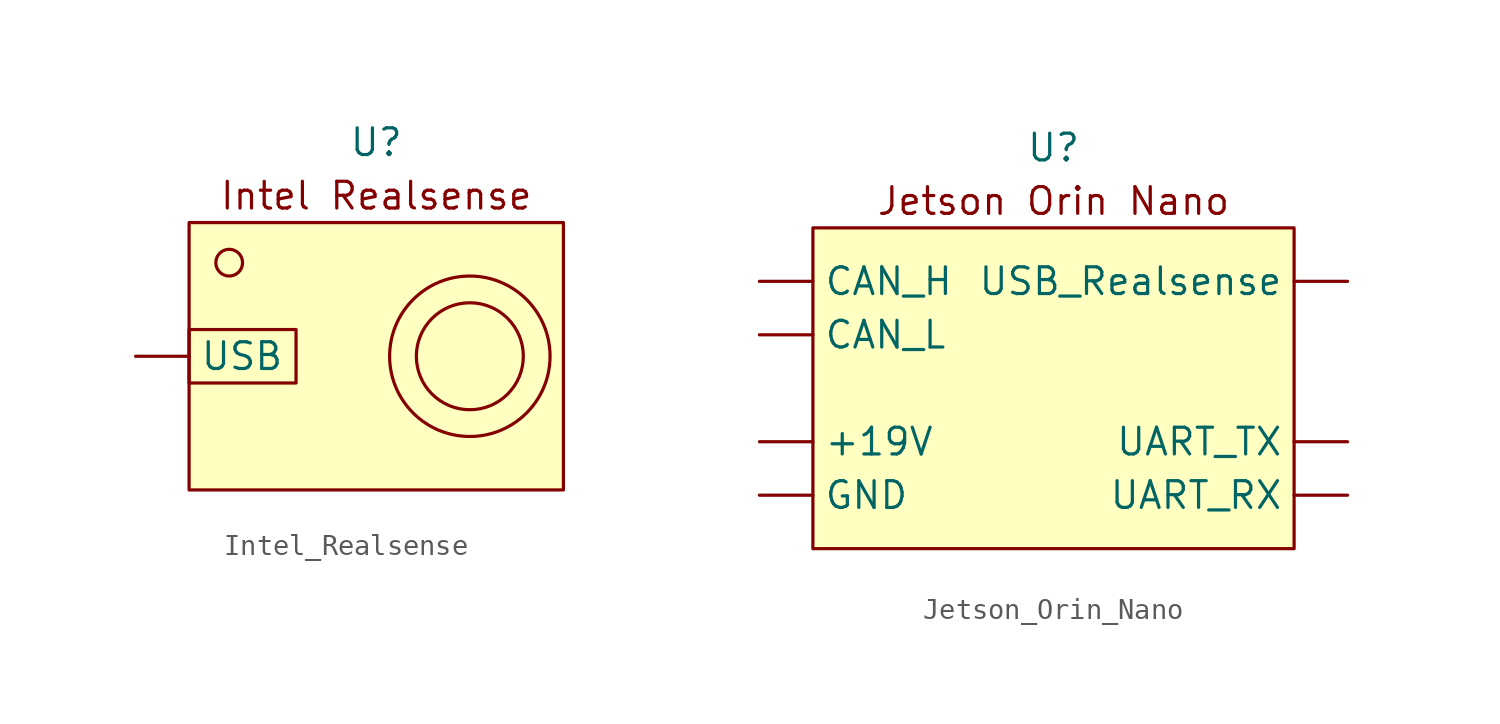
<source format=kicad_sym>
(kicad_symbol_lib
  (version 20231120)
  (generator "kicad_symbol_editor")
  (generator_version "8.0")
  (symbol "Intel_Realsense"
    (property "Reference" "U"
      (at 0 10.16 0)
      (do_not_autoplace)
      (effects (font (size 1.27 1.27))))
    (property "Value" ""
      (at 0 0 0)
      (effects (font (size 1.27 1.27))))
    (symbol "Intel_Realsense_0_1"
      (rectangle (start -8.89 1.27) (end -3.81 -1.27) (stroke (width 0) (type default)) (fill (type none)))
      (circle (center -6.985 4.445) (radius 0.635) (stroke (width 0) (type default)) (fill (type none)))
      (circle (center 4.445 0) (radius 2.54) (stroke (width 0) (type default)) (fill (type none)))
      (circle (center 4.445 0) (radius 3.81) (stroke (width 0) (type default)) (fill (type none))))
    (symbol "Intel_Realsense_1_1"
      (rectangle (start -8.89 6.35) (end 8.89 -6.35) (stroke (width 0) (type default)) (fill (type background)))
      (text "Intel Realsense\n" (at 0 7.62 0) (effects (font (size 1.27 1.27))))
      (pin input line (at -11.43 0 0) (length 2.54) (name "USB" (effects (font (size 1.27 1.27)))) (number "" (effects (font (size 1.27 1.27)))))))
  (symbol "Jetson_Orin_Nano"
    (property "Reference" "U"
      (at 0 11.43 0)
      (effects (font (size 1.27 1.27))))
    (property "Value" ""
      (at 0 -1.27 0)
      (effects (font (size 1.27 1.27))))
    (symbol "Jetson_Orin_Nano_1_0"
      (polyline (pts (xy 2.739 0.205) (xy 2.739 1.411) (xy 2.396 1.411) (xy 2.053 1.411) (xy 2.053 0.205) (xy 2.053 -1.002) (xy 2.396 -1.002) (xy 2.739 -1.002) (xy 2.739 0.205)) (stroke (width -0.0001) (type default)) (fill (type color) (color 118 185 0 1)))
      (polyline (pts (xy 6.441 0.198) (xy 6.434 1.398) (xy 6.098 1.405) (xy 5.761 1.413) (xy 5.761 0.205) (xy 5.761 -1.002) (xy 6.104 -1.002) (xy 6.447 -1.002) (xy 6.441 0.198)) (stroke (width -0.0001) (type default)) (fill (type color) (color 118 185 0 1)))
      (polyline (pts (xy 9.816 -0.964) (xy 9.826 -0.919) (xy 9.826 -0.862) (xy 9.875 -0.925) (xy 9.877 -0.929) (xy 9.916 -0.965) (xy 9.942 -0.969) (xy 9.948 -0.956) (xy 9.932 -0.921) (xy 9.917 -0.898) (xy 9.93 -0.858) (xy 9.937 -0.849) (xy 9.947 -0.8) (xy 9.916 -0.763) (xy 9.851 -0.748) (xy 9.822 -0.749) (xy 9.789 -0.759) (xy 9.776 -0.792) (xy 9.776 -0.818) (xy 9.836 -0.818) (xy 9.846 -0.807) (xy 9.86 -0.803) (xy 9.894 -0.809) (xy 9.894 -0.817) (xy 9.861 -0.822) (xy 9.836 -0.818) (xy 9.776 -0.818) (xy 9.774 -0.862) (xy 9.775 -0.896) (xy 9.784 -0.954) (xy 9.8 -0.977) (xy 9.816 -0.964)) (stroke (width -0.0001) (type default)) (fill (type color) (color 118 185 0 1)))
      (polyline (pts (xy 9.92 -1.058) (xy 9.999 -1.013) (xy 10.057 -0.943) (xy 10.079 -0.857) (xy 10.074 -0.81) (xy 10.035 -0.728) (xy 9.966 -0.671) (xy 9.881 -0.646) (xy 9.791 -0.657) (xy 9.71 -0.709) (xy 9.703 -0.715) (xy 9.653 -0.801) (xy 9.652 -0.822) (xy 9.705 -0.822) (xy 9.75 -0.753) (xy 9.798 -0.714) (xy 9.867 -0.701) (xy 9.946 -0.737) (xy 9.988 -0.787) (xy 10.002 -0.866) (xy 9.977 -0.953) (xy 9.931 -0.992) (xy 9.863 -1.004) (xy 9.792 -0.988) (xy 9.738 -0.945) (xy 9.708 -0.891) (xy 9.705 -0.822) (xy 9.652 -0.822) (xy 9.648 -0.894) (xy 9.684 -0.981) (xy 9.762 -1.05) (xy 9.832 -1.071) (xy 9.92 -1.058)) (stroke (width -0.0001) (type default)) (fill (type color) (color 118 185 0 1)))
      (polyline (pts (xy -7.62 -0.635) (xy -7.603 -0.599) (xy -7.599 -0.534) (xy -7.6 -0.489) (xy -7.611 -0.437) (xy -7.644 -0.4) (xy -7.71 -0.357) (xy -7.765 -0.321) (xy -7.854 -0.251) (xy -7.937 -0.175) (xy -7.995 -0.108) (xy -8.061 -0.015) (xy -8.126 0.087) (xy -8.181 0.186) (xy -8.22 0.27) (xy -8.234 0.327) (xy -8.234 0.328) (xy -8.211 0.375) (xy -8.151 0.432) (xy -8.065 0.493) (xy -7.964 0.551) (xy -7.86 0.601) (xy -7.762 0.636) (xy -7.682 0.649) (xy -7.638 0.65) (xy -7.611 0.663) (xy -7.601 0.701) (xy -7.599 0.776) (xy -7.6 0.839) (xy -7.608 0.884) (xy -7.631 0.9) (xy -7.676 0.903) (xy -7.74 0.897) (xy -7.865 0.865) (xy -8.011 0.812) (xy -8.166 0.742) (xy -8.319 0.661) (xy -8.457 0.575) (xy -8.57 0.488) (xy -8.689 0.382) (xy -8.624 0.231) (xy -8.583 0.142) (xy -8.44 -0.095) (xy -8.265 -0.298) (xy -8.061 -0.462) (xy -7.832 -0.584) (xy -7.83 -0.585) (xy -7.725 -0.626) (xy -7.658 -0.643) (xy -7.62 -0.635)) (stroke (width -0.0001) (type default)) (fill (type color) (color 118 185 0 1)))
      (polyline (pts (xy -0.874 -0.145) (xy -0.875 0.032) (xy -0.878 0.23) (xy -0.88 0.388) (xy -0.883 0.511) (xy -0.888 0.605) (xy -0.894 0.677) (xy -0.902 0.732) (xy -0.912 0.776) (xy -0.925 0.816) (xy -0.941 0.856) (xy -0.96 0.898) (xy -1.054 1.044) (xy -1.177 1.172) (xy -1.313 1.266) (xy -1.381 1.299) (xy -1.45 1.326) (xy -1.526 1.347) (xy -1.615 1.364) (xy -1.723 1.377) (xy -1.857 1.387) (xy -2.023 1.394) (xy -2.227 1.4) (xy -2.475 1.404) (xy -3.256 1.417) (xy -3.256 0.207) (xy -3.256 -1.002) (xy -2.913 -1.002) (xy -2.57 -1.002) (xy -2.57 -0.087) (xy -2.57 0.827) (xy -2.246 0.826) (xy -2.155 0.826) (xy -2.032 0.822) (xy -1.942 0.814) (xy -1.875 0.799) (xy -1.818 0.778) (xy -1.774 0.757) (xy -1.708 0.719) (xy -1.654 0.673) (xy -1.613 0.614) (xy -1.581 0.538) (xy -1.558 0.439) (xy -1.541 0.31) (xy -1.53 0.147) (xy -1.523 -0.056) (xy -1.518 -0.304) (xy -1.508 -0.989) (xy -1.187 -0.996) (xy -0.866 -1.003) (xy -0.874 -0.145)) (stroke (width -0.0001) (type default)) (fill (type color) (color 118 185 0 1)))
      (polyline (pts (xy -7.604 -1.124) (xy -7.612 -0.993) (xy -7.758 -0.96) (xy -7.865 -0.931) (xy -8.114 -0.829) (xy -8.349 -0.681) (xy -8.568 -0.492) (xy -8.765 -0.265) (xy -8.939 -0.003) (xy -9.083 0.289) (xy -9.143 0.431) (xy -9.044 0.549) (xy -8.906 0.691) (xy -8.726 0.837) (xy -8.525 0.97) (xy -8.312 1.085) (xy -8.098 1.176) (xy -7.894 1.237) (xy -7.709 1.263) (xy -7.599 1.267) (xy -7.599 1.398) (xy -7.599 1.529) (xy -7.769 1.509) (xy -7.826 1.501) (xy -8.057 1.447) (xy -8.311 1.36) (xy -8.579 1.243) (xy -8.854 1.099) (xy -9.126 0.932) (xy -9.141 0.922) (xy -9.28 0.825) (xy -9.408 0.729) (xy -9.518 0.639) (xy -9.605 0.56) (xy -9.662 0.497) (xy -9.682 0.457) (xy -9.678 0.435) (xy -9.652 0.365) (xy -9.604 0.267) (xy -9.541 0.15) (xy -9.467 0.025) (xy -9.389 -0.101) (xy -9.31 -0.218) (xy -9.236 -0.316) (xy -9.131 -0.442) (xy -8.874 -0.698) (xy -8.598 -0.908) (xy -8.301 -1.073) (xy -7.98 -1.195) (xy -7.972 -1.197) (xy -7.865 -1.226) (xy -7.766 -1.246) (xy -7.693 -1.254) (xy -7.597 -1.256) (xy -7.604 -1.124)) (stroke (width -0.0001) (type default)) (fill (type color) (color 118 185 0 1)))
      (polyline (pts (xy 3.901 -0.996) (xy 4.032 -0.994) (xy 4.225 -0.991) (xy 4.378 -0.988) (xy 4.497 -0.983) (xy 4.59 -0.977) (xy 4.662 -0.97) (xy 4.721 -0.96) (xy 4.773 -0.947) (xy 4.825 -0.93) (xy 4.91 -0.897) (xy 5.085 -0.791) (xy 5.228 -0.649) (xy 5.333 -0.476) (xy 5.393 -0.304) (xy 5.432 -0.093) (xy 5.448 0.136) (xy 5.44 0.367) (xy 5.408 0.588) (xy 5.353 0.783) (xy 5.306 0.882) (xy 5.189 1.047) (xy 5.035 1.184) (xy 4.851 1.288) (xy 4.644 1.354) (xy 4.623 1.357) (xy 4.528 1.369) (xy 4.393 1.379) (xy 4.223 1.389) (xy 4.027 1.397) (xy 3.812 1.403) (xy 3.145 1.418) (xy 3.145 0.206) (xy 3.145 -0.469) (xy 3.805 -0.469) (xy 3.805 0.205) (xy 3.805 0.878) (xy 4.003 0.878) (xy 4.083 0.876) (xy 4.296 0.851) (xy 4.469 0.794) (xy 4.602 0.707) (xy 4.697 0.588) (xy 4.736 0.488) (xy 4.765 0.352) (xy 4.779 0.202) (xy 4.776 0.057) (xy 4.754 -0.066) (xy 4.744 -0.096) (xy 4.669 -0.237) (xy 4.559 -0.35) (xy 4.423 -0.425) (xy 4.357 -0.444) (xy 4.225 -0.463) (xy 4.053 -0.469) (xy 3.805 -0.469) (xy 3.145 -0.469) (xy 3.145 -1.006) (xy 3.901 -0.996)) (stroke (width -0.0001) (type default)) (fill (type color) (color 118 185 0 1)))
      (polyline (pts (xy -7.221 -0.431) (xy -7.062 -0.395) (xy -6.932 -0.351) (xy -6.765 -0.272) (xy -6.598 -0.164) (xy -6.424 -0.023) (xy -6.234 0.158) (xy -6.172 0.221) (xy -6.083 0.313) (xy -6.012 0.389) (xy -5.965 0.442) (xy -5.948 0.467) (xy -5.953 0.477) (xy -5.987 0.52) (xy -6.048 0.584) (xy -6.128 0.661) (xy -6.218 0.743) (xy -6.311 0.824) (xy -6.397 0.894) (xy -6.469 0.948) (xy -6.637 1.049) (xy -6.893 1.164) (xy -7.153 1.235) (xy -7.41 1.259) (xy -7.574 1.259) (xy -7.574 1.106) (xy -7.574 0.954) (xy -7.412 0.954) (xy -7.342 0.951) (xy -7.161 0.921) (xy -6.975 0.866) (xy -6.809 0.79) (xy -6.8 0.785) (xy -6.72 0.733) (xy -6.637 0.669) (xy -6.559 0.601) (xy -6.496 0.538) (xy -6.457 0.488) (xy -6.449 0.459) (xy -6.476 0.429) (xy -6.535 0.376) (xy -6.612 0.311) (xy -6.698 0.243) (xy -6.783 0.178) (xy -6.858 0.124) (xy -6.913 0.088) (xy -6.939 0.078) (xy -6.946 0.083) (xy -6.977 0.125) (xy -7.013 0.187) (xy -7.05 0.249) (xy -7.119 0.343) (xy -7.199 0.435) (xy -7.277 0.511) (xy -7.342 0.557) (xy -7.409 0.585) (xy -7.491 0.607) (xy -7.574 0.623) (xy -7.574 0.116) (xy -7.574 -0.391) (xy -7.491 -0.415) (xy -7.482 -0.417) (xy -7.356 -0.438) (xy -7.221 -0.431)) (stroke (width -0.0001) (type default)) (fill (type color) (color 118 185 0 1)))
      (polyline (pts (xy 7.455 -0.792) (xy 7.529 -0.583) (xy 8.086 -0.583) (xy 8.643 -0.583) (xy 8.712 -0.786) (xy 8.782 -0.989) (xy 9.138 -0.996) (xy 9.284 -0.998) (xy 9.399 -0.995) (xy 9.47 -0.988) (xy 9.495 -0.978) (xy 9.495 -0.977) (xy 9.49 -0.959) (xy 9.477 -0.92) (xy 9.454 -0.859) (xy 9.421 -0.773) (xy 9.377 -0.658) (xy 9.32 -0.512) (xy 9.249 -0.333) (xy 9.164 -0.117) (xy 9.063 0.138) (xy 8.945 0.435) (xy 8.809 0.776) (xy 8.562 1.398) (xy 8.108 1.398) (xy 7.654 1.398) (xy 7.499 1.005) (xy 7.486 0.973) (xy 7.432 0.835) (xy 7.364 0.664) (xy 7.287 0.468) (xy 7.203 0.257) (xy 7.118 0.041) (xy 7.045 -0.144) (xy 7.691 -0.144) (xy 7.698 -0.119) (xy 7.72 -0.056) (xy 7.753 0.038) (xy 7.795 0.153) (xy 7.841 0.28) (xy 7.889 0.41) (xy 7.935 0.534) (xy 7.976 0.642) (xy 8.009 0.725) (xy 8.011 0.732) (xy 8.04 0.808) (xy 8.06 0.871) (xy 8.069 0.897) (xy 8.092 0.925) (xy 8.117 0.904) (xy 8.143 0.833) (xy 8.166 0.761) (xy 8.2 0.663) (xy 8.237 0.56) (xy 8.26 0.501) (xy 8.305 0.379) (xy 8.355 0.242) (xy 8.403 0.109) (xy 8.5 -0.164) (xy 8.096 -0.164) (xy 8.007 -0.163) (xy 7.882 -0.161) (xy 7.782 -0.156) (xy 7.715 -0.15) (xy 7.691 -0.144) (xy 7.045 -0.144) (xy 7.035 -0.169) (xy 6.986 -0.294) (xy 6.915 -0.473) (xy 6.853 -0.633) (xy 6.801 -0.77) (xy 6.761 -0.876) (xy 6.735 -0.947) (xy 6.726 -0.976) (xy 6.741 -0.985) (xy 6.801 -0.994) (xy 6.907 -1) (xy 7.053 -1.002) (xy 7.38 -1.002) (xy 7.455 -0.792)) (stroke (width -0.0001) (type default)) (fill (type color) (color 118 185 0 1)))
      (polyline (pts (xy 0.51 -0.996) (xy 0.994 -0.989) (xy 1.114 -0.621) (xy 1.146 -0.522) (xy 1.197 -0.364) (xy 1.257 -0.178) (xy 1.323 0.024) (xy 1.39 0.232) (xy 1.455 0.433) (xy 1.458 0.443) (xy 1.518 0.628) (xy 1.575 0.803) (xy 1.626 0.96) (xy 1.67 1.092) (xy 1.703 1.191) (xy 1.723 1.25) (xy 1.741 1.303) (xy 1.756 1.365) (xy 1.755 1.396) (xy 1.742 1.4) (xy 1.687 1.407) (xy 1.6 1.41) (xy 1.494 1.411) (xy 1.379 1.41) (xy 1.268 1.407) (xy 1.173 1.402) (xy 1.104 1.395) (xy 1.075 1.386) (xy 1.074 1.385) (xy 1.06 1.347) (xy 1.036 1.272) (xy 1.004 1.169) (xy 0.969 1.049) (xy 0.934 0.929) (xy 0.892 0.784) (xy 0.852 0.65) (xy 0.822 0.547) (xy 0.81 0.508) (xy 0.777 0.397) (xy 0.736 0.258) (xy 0.69 0.104) (xy 0.645 -0.049) (xy 0.615 -0.15) (xy 0.578 -0.273) (xy 0.548 -0.371) (xy 0.527 -0.437) (xy 0.518 -0.462) (xy 0.511 -0.447) (xy 0.492 -0.391) (xy 0.464 -0.299) (xy 0.429 -0.181) (xy 0.389 -0.043) (xy 0.361 0.054) (xy 0.318 0.207) (xy 0.277 0.349) (xy 0.243 0.467) (xy 0.22 0.547) (xy 0.157 0.771) (xy 0.088 1.015) (xy 0.027 1.233) (xy -0.018 1.398) (xy -0.38 1.405) (xy -0.407 1.406) (xy -0.546 1.408) (xy -0.642 1.406) (xy -0.702 1.401) (xy -0.733 1.391) (xy -0.741 1.378) (xy -0.741 1.371) (xy -0.729 1.322) (xy -0.704 1.238) (xy -0.67 1.128) (xy -0.63 1.002) (xy -0.612 0.945) (xy -0.559 0.782) (xy -0.496 0.588) (xy -0.427 0.374) (xy -0.355 0.152) (xy -0.285 -0.068) (xy -0.219 -0.273) (xy -0.161 -0.453) (xy -0.116 -0.596) (xy -0.115 -0.6) (xy -0.079 -0.709) (xy -0.043 -0.815) (xy -0.015 -0.894) (xy 0.025 -1.003) (xy 0.51 -0.996)) (stroke (width -0.0001) (type default)) (fill (type color) (color 118 185 0 1)))
      (polyline (pts (xy -4.018 0.167) (xy -4.018 2.046) (xy -5.796 2.046) (xy -7.574 2.046) (xy -7.574 1.805) (xy -7.574 1.563) (xy -7.382 1.563) (xy -7.276 1.559) (xy -7.079 1.536) (xy -6.875 1.497) (xy -6.686 1.445) (xy -6.559 1.397) (xy -6.397 1.323) (xy -6.227 1.235) (xy -6.068 1.144) (xy -5.936 1.057) (xy -5.866 1.003) (xy -5.771 0.924) (xy -5.67 0.834) (xy -5.57 0.742) (xy -5.48 0.654) (xy -5.407 0.577) (xy -5.357 0.518) (xy -5.339 0.485) (xy -5.343 0.475) (xy -5.376 0.432) (xy -5.437 0.365) (xy -5.519 0.281) (xy -5.615 0.188) (xy -5.718 0.09) (xy -5.821 -0.003) (xy -5.917 -0.087) (xy -5.999 -0.153) (xy -6.231 -0.318) (xy -6.519 -0.485) (xy -6.801 -0.603) (xy -7.077 -0.673) (xy -7.352 -0.697) (xy -7.574 -0.697) (xy -7.574 -0.84) (xy -7.574 -0.982) (xy -7.225 -0.97) (xy -7.196 -0.969) (xy -6.933 -0.947) (xy -6.697 -0.903) (xy -6.468 -0.832) (xy -6.228 -0.729) (xy -6.205 -0.718) (xy -6.08 -0.652) (xy -5.941 -0.573) (xy -5.799 -0.486) (xy -5.663 -0.398) (xy -5.543 -0.315) (xy -5.449 -0.244) (xy -5.389 -0.19) (xy -5.366 -0.167) (xy -5.31 -0.119) (xy -5.241 -0.064) (xy -5.172 -0.013) (xy -5.116 0.025) (xy -5.086 0.04) (xy -5.084 0.039) (xy -5.046 0.024) (xy -4.978 -0.011) (xy -4.888 -0.06) (xy -4.785 -0.117) (xy -4.681 -0.178) (xy -4.583 -0.237) (xy -4.501 -0.287) (xy -4.445 -0.324) (xy -4.424 -0.343) (xy -4.426 -0.347) (xy -4.456 -0.376) (xy -4.517 -0.422) (xy -4.599 -0.478) (xy -4.691 -0.537) (xy -4.793 -0.596) (xy -4.994 -0.698) (xy -5.225 -0.802) (xy -5.471 -0.901) (xy -5.721 -0.991) (xy -5.961 -1.066) (xy -6.168 -1.121) (xy -6.412 -1.177) (xy -6.654 -1.225) (xy -6.887 -1.263) (xy -7.099 -1.289) (xy -7.282 -1.302) (xy -7.427 -1.301) (xy -7.574 -1.291) (xy -7.574 -1.502) (xy -7.574 -1.713) (xy -5.796 -1.713) (xy -4.018 -1.713) (xy -4.018 0.167)) (stroke (width -0.0001) (type default)) (fill (type color) (color 118 185 0 1))))
    (symbol "Jetson_Orin_Nano_1_1"
      (rectangle (start -11.43 7.62) (end 11.43 -7.62) (stroke (width 0) (type default)) (fill (type background)))
      (text "Jetson Orin Nano" (at 0 8.89 0) (effects (font (size 1.27 1.27))))
      (pin power_in line (at -13.97 -2.54 0) (length 2.54) (name "+19V" (effects (font (size 1.27 1.27)))) (number "" (effects (font (size 1.27 1.27)))))
      (pin bidirectional line (at -13.97 5.08 0) (length 2.54) (name "CAN_H" (effects (font (size 1.27 1.27)))) (number "" (effects (font (size 1.27 1.27)))))
      (pin bidirectional line (at -13.97 2.54 0) (length 2.54) (name "CAN_L" (effects (font (size 1.27 1.27)))) (number "" (effects (font (size 1.27 1.27)))))
      (pin power_in line (at -13.97 -5.08 0) (length 2.54) (name "GND" (effects (font (size 1.27 1.27)))) (number "" (effects (font (size 1.27 1.27)))))
      (pin input line (at 13.97 -5.08 180) (length 2.54) (name "UART_RX" (effects (font (size 1.27 1.27)))) (number "" (effects (font (size 1.27 1.27)))))
      (pin output line (at 13.97 -2.54 180) (length 2.54) (name "UART_TX" (effects (font (size 1.27 1.27)))) (number "" (effects (font (size 1.27 1.27)))))
      (pin output line (at 13.97 5.08 180) (length 2.54) (name "USB_Realsense" (effects (font (size 1.27 1.27)))) (number "" (effects (font (size 1.27 1.27))))))))
</source>
